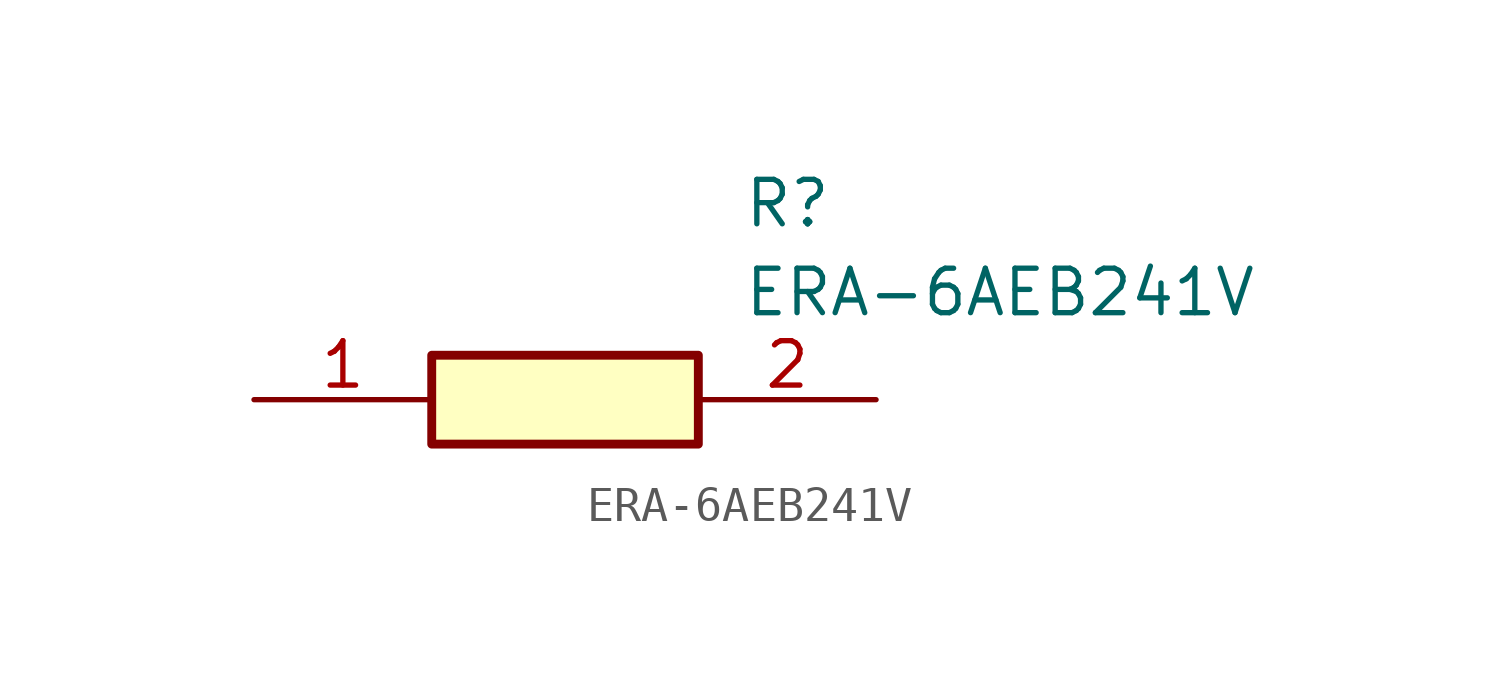
<source format=kicad_sym>
(kicad_symbol_lib
  (version 20211014)
  (generator SamacSys_ECAD_Model)
  (symbol "ERA-6AEB241V"
    (pin_names hide)
    (property "Reference" "R"
      (at 13.97 6.35 0)
      (effects (font (size 1.27 1.27)) (justify left top)))
    (property "Value" "ERA-6AEB241V"
      (at 13.97 3.81 0)
      (effects (font (size 1.27 1.27)) (justify left top)))
    (rectangle
      (start 5.08 1.27)
      (end 12.7 -1.27)
      (stroke (width 0.254) (type default))
      (fill (type background)))
    (pin passive line
      (at 0 0 0)
      (length 5.08)
      (name "1" (effects (font (size 1.27 1.27))))
      (number "1" (effects (font (size 1.27 1.27)))))
    (pin passive line
      (at 17.78 0 180)
      (length 5.08)
      (name "2" (effects (font (size 1.27 1.27))))
      (number "2" (effects (font (size 1.27 1.27)))))))
</source>
